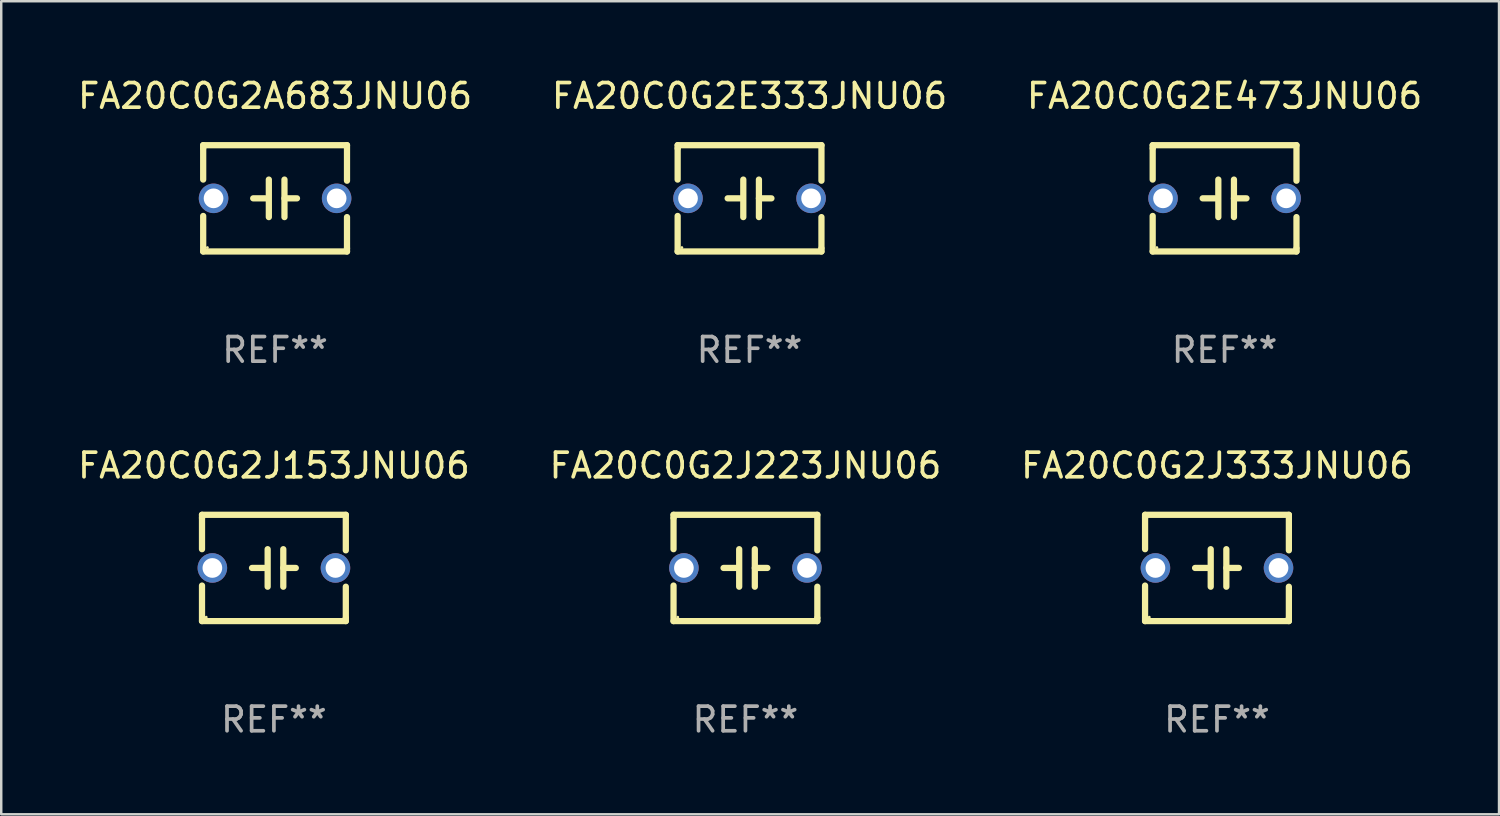
<source format=kicad_pcb>
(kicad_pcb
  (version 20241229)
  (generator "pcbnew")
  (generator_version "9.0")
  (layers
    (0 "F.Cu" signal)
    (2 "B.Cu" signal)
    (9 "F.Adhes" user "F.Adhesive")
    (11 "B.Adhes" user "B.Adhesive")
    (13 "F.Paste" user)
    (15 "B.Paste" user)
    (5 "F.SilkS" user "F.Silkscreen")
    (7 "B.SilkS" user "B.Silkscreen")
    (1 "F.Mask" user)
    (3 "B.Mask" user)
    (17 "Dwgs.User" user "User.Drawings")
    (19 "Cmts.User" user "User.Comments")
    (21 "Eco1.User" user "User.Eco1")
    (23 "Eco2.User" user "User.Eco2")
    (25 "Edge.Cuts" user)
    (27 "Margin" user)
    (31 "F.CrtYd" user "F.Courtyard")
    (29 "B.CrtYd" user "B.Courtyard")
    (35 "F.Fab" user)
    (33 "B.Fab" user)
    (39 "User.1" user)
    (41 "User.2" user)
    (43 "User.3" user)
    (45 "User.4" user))
  (footprint "FA20C0G2J223JNU06"
    (layer "F.Cu")
    (at 27.232 20.022)
    (property "Reference" "FA20C0G2J223JNU06" (at 0 -4.159 0) (layer "F.SilkS") (effects (font (size 1 1) (thickness 0.15))))
    (attr through_hole)
    (fp_line (start -2.921 -2.159) (end 2.921 -2.159) (stroke (width 0.254) (type solid)) (layer "F.SilkS"))
    (fp_line (start -2.921 -2.032) (end -2.921 -2.159) (stroke (width 0.254) (type solid)) (layer "F.SilkS"))
    (fp_line (start -2.921 -0.762) (end -2.921 -2.032) (stroke (width 0.254) (type solid)) (layer "F.SilkS"))
    (fp_line (start -2.921 2.159) (end -2.921 0.716) (stroke (width 0.254) (type solid)) (layer "F.SilkS"))
    (fp_line (start -0.381 -0.000025) (end -0.889 -0.000025) (stroke (width 0.254) (type solid)) (layer "F.SilkS"))
    (fp_line (start -0.254 -0.762) (end -0.254 0.762) (stroke (width 0.254) (type solid)) (layer "F.SilkS"))
    (fp_line (start 0.381 -0.762) (end 0.381 0.762) (stroke (width 0.254) (type solid)) (layer "F.SilkS"))
    (fp_line (start 0.381 0.000025) (end 0.889 0.000025) (stroke (width 0.254) (type solid)) (layer "F.SilkS"))
    (fp_line (start 2.921 -2.159) (end 2.921 -0.716) (stroke (width 0.254) (type solid)) (layer "F.SilkS"))
    (fp_line (start 2.921 0.762) (end 2.921 2.032) (stroke (width 0.254) (type solid)) (layer "F.SilkS"))
    (fp_line (start 2.921 2.032) (end 2.921 2.159) (stroke (width 0.254) (type solid)) (layer "F.SilkS"))
    (fp_line (start 2.921 2.159) (end -2.921 2.159) (stroke (width 0.254) (type solid)) (layer "F.SilkS"))
    (fp_circle (center -2.75 2) (end -2.72 2) (stroke (width 0.06) (type solid)) (fill no) (layer "F.SilkS"))
    (fp_text user "REF**" (at 0 6.159 0) (layer "F.Fab") (effects (font (size 1 1) (thickness 0.15))))
    (pad "1" thru_hole circle (at -2.5 0) (size 1.2 1.2) (drill 0.8) (layers "*.Cu" "*.Mask"))
    (pad "2" thru_hole circle (at 2.5 0) (size 1.2 1.2) (drill 0.8) (layers "*.Cu" "*.Mask")))
  (footprint "FA20C0G2A683JNU06"
    (layer "F.Cu")
    (at 8.125 5.007)
    (property "Reference" "FA20C0G2A683JNU06" (at 0 -4.159 0) (layer "F.SilkS") (effects (font (size 1 1) (thickness 0.15))))
    (attr through_hole)
    (fp_line (start -2.921 -2.159) (end 2.921 -2.159) (stroke (width 0.254) (type solid)) (layer "F.SilkS"))
    (fp_line (start -2.921 -2.032) (end -2.921 -2.159) (stroke (width 0.254) (type solid)) (layer "F.SilkS"))
    (fp_line (start -2.921 -0.762) (end -2.921 -2.032) (stroke (width 0.254) (type solid)) (layer "F.SilkS"))
    (fp_line (start -2.921 2.159) (end -2.921 0.716) (stroke (width 0.254) (type solid)) (layer "F.SilkS"))
    (fp_line (start -0.381 -0.000025) (end -0.889 -0.000025) (stroke (width 0.254) (type solid)) (layer "F.SilkS"))
    (fp_line (start -0.254 -0.762) (end -0.254 0.762) (stroke (width 0.254) (type solid)) (layer "F.SilkS"))
    (fp_line (start 0.381 -0.762) (end 0.381 0.762) (stroke (width 0.254) (type solid)) (layer "F.SilkS"))
    (fp_line (start 0.381 0.000025) (end 0.889 0.000025) (stroke (width 0.254) (type solid)) (layer "F.SilkS"))
    (fp_line (start 2.921 -2.159) (end 2.921 -0.716) (stroke (width 0.254) (type solid)) (layer "F.SilkS"))
    (fp_line (start 2.921 0.762) (end 2.921 2.032) (stroke (width 0.254) (type solid)) (layer "F.SilkS"))
    (fp_line (start 2.921 2.032) (end 2.921 2.159) (stroke (width 0.254) (type solid)) (layer "F.SilkS"))
    (fp_line (start 2.921 2.159) (end -2.921 2.159) (stroke (width 0.254) (type solid)) (layer "F.SilkS"))
    (fp_circle (center -2.75 2) (end -2.72 2) (stroke (width 0.06) (type solid)) (fill no) (layer "F.SilkS"))
    (fp_text user "REF**" (at 0 6.159 0) (layer "F.Fab") (effects (font (size 1 1) (thickness 0.15))))
    (pad "1" thru_hole circle (at -2.5 0) (size 1.2 1.2) (drill 0.8) (layers "*.Cu" "*.Mask"))
    (pad "2" thru_hole circle (at 2.5 0) (size 1.2 1.2) (drill 0.8) (layers "*.Cu" "*.Mask")))
  (footprint "FA20C0G2E473JNU06"
    (layer "F.Cu")
    (at 46.696 5.007)
    (property "Reference" "FA20C0G2E473JNU06" (at 0 -4.159 0) (layer "F.SilkS") (effects (font (size 1 1) (thickness 0.15))))
    (attr through_hole)
    (fp_line (start -2.921 -2.159) (end 2.921 -2.159) (stroke (width 0.254) (type solid)) (layer "F.SilkS"))
    (fp_line (start -2.921 -2.032) (end -2.921 -2.159) (stroke (width 0.254) (type solid)) (layer "F.SilkS"))
    (fp_line (start -2.921 -0.762) (end -2.921 -2.032) (stroke (width 0.254) (type solid)) (layer "F.SilkS"))
    (fp_line (start -2.921 2.159) (end -2.921 0.716) (stroke (width 0.254) (type solid)) (layer "F.SilkS"))
    (fp_line (start -0.381 -0.000025) (end -0.889 -0.000025) (stroke (width 0.254) (type solid)) (layer "F.SilkS"))
    (fp_line (start -0.254 -0.762) (end -0.254 0.762) (stroke (width 0.254) (type solid)) (layer "F.SilkS"))
    (fp_line (start 0.381 -0.762) (end 0.381 0.762) (stroke (width 0.254) (type solid)) (layer "F.SilkS"))
    (fp_line (start 0.381 0.000025) (end 0.889 0.000025) (stroke (width 0.254) (type solid)) (layer "F.SilkS"))
    (fp_line (start 2.921 -2.159) (end 2.921 -0.716) (stroke (width 0.254) (type solid)) (layer "F.SilkS"))
    (fp_line (start 2.921 0.762) (end 2.921 2.032) (stroke (width 0.254) (type solid)) (layer "F.SilkS"))
    (fp_line (start 2.921 2.032) (end 2.921 2.159) (stroke (width 0.254) (type solid)) (layer "F.SilkS"))
    (fp_line (start 2.921 2.159) (end -2.921 2.159) (stroke (width 0.254) (type solid)) (layer "F.SilkS"))
    (fp_circle (center -2.75 2) (end -2.72 2) (stroke (width 0.06) (type solid)) (fill no) (layer "F.SilkS"))
    (fp_text user "REF**" (at 0 6.159 0) (layer "F.Fab") (effects (font (size 1 1) (thickness 0.15))))
    (pad "1" thru_hole circle (at -2.5 0) (size 1.2 1.2) (drill 0.8) (layers "*.Cu" "*.Mask"))
    (pad "2" thru_hole circle (at 2.5 0) (size 1.2 1.2) (drill 0.8) (layers "*.Cu" "*.Mask")))
  (footprint "FA20C0G2J153JNU06"
    (layer "F.Cu")
    (at 8.077 20.022)
    (property "Reference" "FA20C0G2J153JNU06" (at 0 -4.159 0) (layer "F.SilkS") (effects (font (size 1 1) (thickness 0.15))))
    (attr through_hole)
    (fp_line (start -2.921 -2.159) (end 2.921 -2.159) (stroke (width 0.254) (type solid)) (layer "F.SilkS"))
    (fp_line (start -2.921 -2.032) (end -2.921 -2.159) (stroke (width 0.254) (type solid)) (layer "F.SilkS"))
    (fp_line (start -2.921 -0.762) (end -2.921 -2.032) (stroke (width 0.254) (type solid)) (layer "F.SilkS"))
    (fp_line (start -2.921 2.159) (end -2.921 0.716) (stroke (width 0.254) (type solid)) (layer "F.SilkS"))
    (fp_line (start -0.381 -0.000025) (end -0.889 -0.000025) (stroke (width 0.254) (type solid)) (layer "F.SilkS"))
    (fp_line (start -0.254 -0.762) (end -0.254 0.762) (stroke (width 0.254) (type solid)) (layer "F.SilkS"))
    (fp_line (start 0.381 -0.762) (end 0.381 0.762) (stroke (width 0.254) (type solid)) (layer "F.SilkS"))
    (fp_line (start 0.381 0.000025) (end 0.889 0.000025) (stroke (width 0.254) (type solid)) (layer "F.SilkS"))
    (fp_line (start 2.921 -2.159) (end 2.921 -0.716) (stroke (width 0.254) (type solid)) (layer "F.SilkS"))
    (fp_line (start 2.921 0.762) (end 2.921 2.032) (stroke (width 0.254) (type solid)) (layer "F.SilkS"))
    (fp_line (start 2.921 2.032) (end 2.921 2.159) (stroke (width 0.254) (type solid)) (layer "F.SilkS"))
    (fp_line (start 2.921 2.159) (end -2.921 2.159) (stroke (width 0.254) (type solid)) (layer "F.SilkS"))
    (fp_circle (center -2.75 2) (end -2.72 2) (stroke (width 0.06) (type solid)) (fill no) (layer "F.SilkS"))
    (fp_text user "REF**" (at 0 6.159 0) (layer "F.Fab") (effects (font (size 1 1) (thickness 0.15))))
    (pad "1" thru_hole circle (at -2.5 0) (size 1.2 1.2) (drill 0.8) (layers "*.Cu" "*.Mask"))
    (pad "2" thru_hole circle (at 2.5 0) (size 1.2 1.2) (drill 0.8) (layers "*.Cu" "*.Mask")))
  (footprint "FA20C0G2J333JNU06"
    (layer "F.Cu")
    (at 46.387 20.022)
    (property "Reference" "FA20C0G2J333JNU06" (at 0 -4.159 0) (layer "F.SilkS") (effects (font (size 1 1) (thickness 0.15))))
    (attr through_hole)
    (fp_line (start -2.921 -2.159) (end 2.921 -2.159) (stroke (width 0.254) (type solid)) (layer "F.SilkS"))
    (fp_line (start -2.921 -2.032) (end -2.921 -2.159) (stroke (width 0.254) (type solid)) (layer "F.SilkS"))
    (fp_line (start -2.921 -0.762) (end -2.921 -2.032) (stroke (width 0.254) (type solid)) (layer "F.SilkS"))
    (fp_line (start -2.921 2.159) (end -2.921 0.716) (stroke (width 0.254) (type solid)) (layer "F.SilkS"))
    (fp_line (start -0.381 -0.000025) (end -0.889 -0.000025) (stroke (width 0.254) (type solid)) (layer "F.SilkS"))
    (fp_line (start -0.254 -0.762) (end -0.254 0.762) (stroke (width 0.254) (type solid)) (layer "F.SilkS"))
    (fp_line (start 0.381 -0.762) (end 0.381 0.762) (stroke (width 0.254) (type solid)) (layer "F.SilkS"))
    (fp_line (start 0.381 0.000025) (end 0.889 0.000025) (stroke (width 0.254) (type solid)) (layer "F.SilkS"))
    (fp_line (start 2.921 -2.159) (end 2.921 -0.716) (stroke (width 0.254) (type solid)) (layer "F.SilkS"))
    (fp_line (start 2.921 0.762) (end 2.921 2.032) (stroke (width 0.254) (type solid)) (layer "F.SilkS"))
    (fp_line (start 2.921 2.032) (end 2.921 2.159) (stroke (width 0.254) (type solid)) (layer "F.SilkS"))
    (fp_line (start 2.921 2.159) (end -2.921 2.159) (stroke (width 0.254) (type solid)) (layer "F.SilkS"))
    (fp_circle (center -2.75 2) (end -2.72 2) (stroke (width 0.06) (type solid)) (fill no) (layer "F.SilkS"))
    (fp_text user "REF**" (at 0 6.159 0) (layer "F.Fab") (effects (font (size 1 1) (thickness 0.15))))
    (pad "1" thru_hole circle (at -2.5 0) (size 1.2 1.2) (drill 0.8) (layers "*.Cu" "*.Mask"))
    (pad "2" thru_hole circle (at 2.5 0) (size 1.2 1.2) (drill 0.8) (layers "*.Cu" "*.Mask")))
  (footprint "FA20C0G2E333JNU06"
    (layer "F.Cu")
    (at 27.399 5.007)
    (property "Reference" "FA20C0G2E333JNU06" (at 0 -4.159 0) (layer "F.SilkS") (effects (font (size 1 1) (thickness 0.15))))
    (attr through_hole)
    (fp_line (start -2.921 -2.159) (end 2.921 -2.159) (stroke (width 0.254) (type solid)) (layer "F.SilkS"))
    (fp_line (start -2.921 -2.032) (end -2.921 -2.159) (stroke (width 0.254) (type solid)) (layer "F.SilkS"))
    (fp_line (start -2.921 -0.762) (end -2.921 -2.032) (stroke (width 0.254) (type solid)) (layer "F.SilkS"))
    (fp_line (start -2.921 2.159) (end -2.921 0.716) (stroke (width 0.254) (type solid)) (layer "F.SilkS"))
    (fp_line (start -0.381 -0.000025) (end -0.889 -0.000025) (stroke (width 0.254) (type solid)) (layer "F.SilkS"))
    (fp_line (start -0.254 -0.762) (end -0.254 0.762) (stroke (width 0.254) (type solid)) (layer "F.SilkS"))
    (fp_line (start 0.381 -0.762) (end 0.381 0.762) (stroke (width 0.254) (type solid)) (layer "F.SilkS"))
    (fp_line (start 0.381 0.000025) (end 0.889 0.000025) (stroke (width 0.254) (type solid)) (layer "F.SilkS"))
    (fp_line (start 2.921 -2.159) (end 2.921 -0.716) (stroke (width 0.254) (type solid)) (layer "F.SilkS"))
    (fp_line (start 2.921 0.762) (end 2.921 2.032) (stroke (width 0.254) (type solid)) (layer "F.SilkS"))
    (fp_line (start 2.921 2.032) (end 2.921 2.159) (stroke (width 0.254) (type solid)) (layer "F.SilkS"))
    (fp_line (start 2.921 2.159) (end -2.921 2.159) (stroke (width 0.254) (type solid)) (layer "F.SilkS"))
    (fp_circle (center -2.75 2) (end -2.72 2) (stroke (width 0.06) (type solid)) (fill no) (layer "F.SilkS"))
    (fp_text user "REF**" (at 0 6.159 0) (layer "F.Fab") (effects (font (size 1 1) (thickness 0.15))))
    (pad "1" thru_hole circle (at -2.5 0) (size 1.2 1.2) (drill 0.8) (layers "*.Cu" "*.Mask"))
    (pad "2" thru_hole circle (at 2.5 0) (size 1.2 1.2) (drill 0.8) (layers "*.Cu" "*.Mask")))
  (gr_rect
    (start -3 -3)
    (end 57.845 30.029)
    (stroke (width 0.1) (type default))
    (fill no)
    (layer "Edge.Cuts")))
</source>
